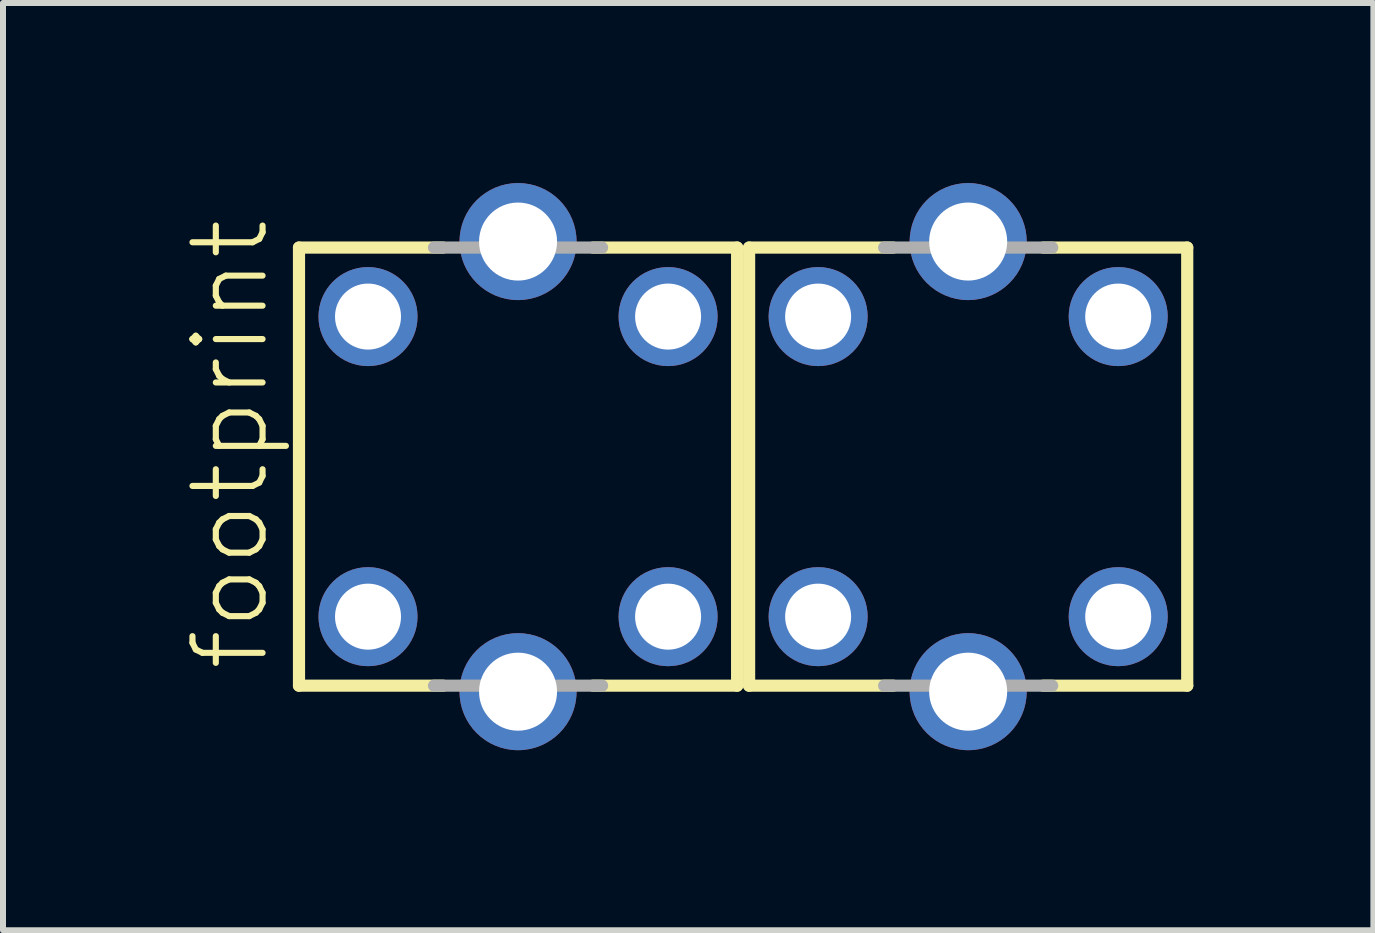
<source format=kicad_pcb>
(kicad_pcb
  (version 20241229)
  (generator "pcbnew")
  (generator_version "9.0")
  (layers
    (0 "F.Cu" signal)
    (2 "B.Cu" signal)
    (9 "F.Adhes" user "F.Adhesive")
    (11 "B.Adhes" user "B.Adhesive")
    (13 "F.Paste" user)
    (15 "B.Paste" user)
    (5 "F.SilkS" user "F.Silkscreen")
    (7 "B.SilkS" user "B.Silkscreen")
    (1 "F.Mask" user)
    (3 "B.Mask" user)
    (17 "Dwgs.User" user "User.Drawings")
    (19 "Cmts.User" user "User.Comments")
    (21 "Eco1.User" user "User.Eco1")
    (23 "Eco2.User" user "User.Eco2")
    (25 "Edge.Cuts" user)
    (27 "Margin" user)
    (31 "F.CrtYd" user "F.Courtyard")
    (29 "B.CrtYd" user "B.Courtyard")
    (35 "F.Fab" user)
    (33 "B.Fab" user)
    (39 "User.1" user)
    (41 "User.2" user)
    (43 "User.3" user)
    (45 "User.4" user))
  (footprint "footprint"
    (layer "F.Cu")
    (at 9.332 4.725)
    (property "Reference" "footprint" (at -7.859 3.448 90) (layer "F.SilkS") (effects (font (size 1.168 1.168) (thickness 0.102)) (justify left bottom)))
    (fp_line (start -7.4 -3.65) (end -5 -3.65) (stroke (width 0.203) (type solid)) (layer "F.SilkS"))
    (fp_line (start -7.4 3.65) (end -7.4 -3.65) (stroke (width 0.203) (type solid)) (layer "F.SilkS"))
    (fp_line (start -5 3.65) (end -7.4 3.65) (stroke (width 0.203) (type solid)) (layer "F.SilkS"))
    (fp_line (start -2.5 -3.65) (end -0.1 -3.65) (stroke (width 0.203) (type solid)) (layer "F.SilkS"))
    (fp_line (start -0.1 -3.65) (end -0.1 3.65) (stroke (width 0.203) (type solid)) (layer "F.SilkS"))
    (fp_line (start -0.1 3.65) (end -2.5 3.65) (stroke (width 0.203) (type solid)) (layer "F.SilkS"))
    (fp_line (start 0.1 -3.65) (end 2.5 -3.65) (stroke (width 0.203) (type solid)) (layer "F.SilkS"))
    (fp_line (start 0.1 3.65) (end 0.1 -3.65) (stroke (width 0.203) (type solid)) (layer "F.SilkS"))
    (fp_line (start 2.5 3.65) (end 0.1 3.65) (stroke (width 0.203) (type solid)) (layer "F.SilkS"))
    (fp_line (start 5 -3.65) (end 7.4 -3.65) (stroke (width 0.203) (type solid)) (layer "F.SilkS"))
    (fp_line (start 7.4 -3.65) (end 7.4 3.65) (stroke (width 0.203) (type solid)) (layer "F.SilkS"))
    (fp_line (start 7.4 3.65) (end 5 3.65) (stroke (width 0.203) (type solid)) (layer "F.SilkS"))
    (fp_line (start -5.15 -3.65) (end -2.35 -3.65) (stroke (width 0.203) (type solid)) (layer "F.Fab"))
    (fp_line (start -2.35 3.65) (end -5.15 3.65) (stroke (width 0.203) (type solid)) (layer "F.Fab"))
    (fp_line (start 2.35 -3.65) (end 5.15 -3.65) (stroke (width 0.203) (type solid)) (layer "F.Fab"))
    (fp_line (start 5.15 3.65) (end 2.35 3.65) (stroke (width 0.203) (type solid)) (layer "F.Fab"))
    (pad "1" thru_hole circle (at 1.25 2.5) (size 1.65 1.65) (drill 1.1) (layers "*.Cu" "*.Mask"))
    (pad "2" thru_hole circle (at 1.25 -2.5) (size 1.65 1.65) (drill 1.1) (layers "*.Cu" "*.Mask"))
    (pad "4" thru_hole circle (at 6.25 -2.5) (size 1.65 1.65) (drill 1.1) (layers "*.Cu" "*.Mask"))
    (pad "5" thru_hole circle (at 6.25 2.5) (size 1.65 1.65) (drill 1.1) (layers "*.Cu" "*.Mask"))
    (pad "21" thru_hole circle (at -6.25 2.5) (size 1.65 1.65) (drill 1.1) (layers "*.Cu" "*.Mask"))
    (pad "22" thru_hole circle (at -6.25 -2.5) (size 1.65 1.65) (drill 1.1) (layers "*.Cu" "*.Mask"))
    (pad "24" thru_hole circle (at -1.25 -2.5) (size 1.65 1.65) (drill 1.1) (layers "*.Cu" "*.Mask"))
    (pad "25" thru_hole circle (at -1.25 2.5) (size 1.65 1.65) (drill 1.1) (layers "*.Cu" "*.Mask"))
    (pad "S1" thru_hole circle (at 3.75 3.75) (size 1.95 1.95) (drill 1.3) (layers "*.Cu" "*.Mask"))
    (pad "S2" thru_hole circle (at 3.75 -3.75) (size 1.95 1.95) (drill 1.3) (layers "*.Cu" "*.Mask"))
    (pad "S3" thru_hole circle (at -3.75 3.75) (size 1.95 1.95) (drill 1.3) (layers "*.Cu" "*.Mask"))
    (pad "S4" thru_hole circle (at -3.75 -3.75) (size 1.95 1.95) (drill 1.3) (layers "*.Cu" "*.Mask")))
  (gr_rect
    (start -3 -3)
    (end 19.834 12.45)
    (stroke (width 0.1) (type default))
    (fill no)
    (layer "Edge.Cuts")))
</source>
